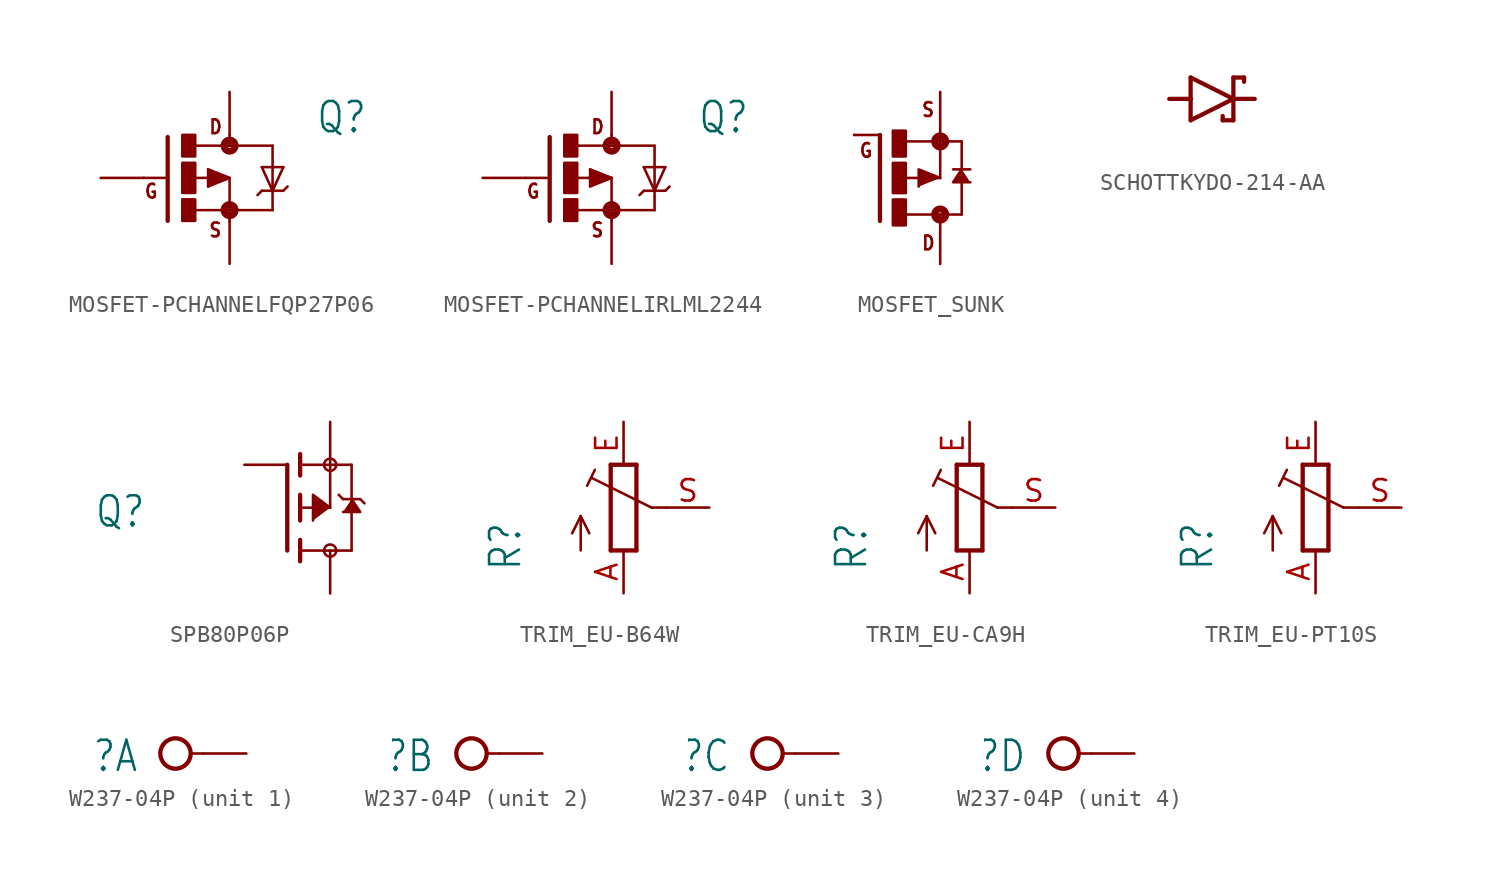
<source format=kicad_sym>
(kicad_symbol_lib
  (version 20231120)
  (generator "kicad_symbol_editor")
  (generator_version "8.0")
  (symbol "MOSFET-PCHANNELFQP27P06"
    (property "Reference" "Q"
      (at 5.08 2.54 0)
      (effects (font (size 1.778 1.511)) (justify left bottom)))
    (property "Value" ""
      (at 5.08 0 0)
      (effects (font (size 1.778 1.511)) (justify left bottom)))
    (property "ki_locked" ""
      (at 0 0 0)
      (effects (font (size 1.27 1.27))))
    (symbol "MOSFET-PCHANNELFQP27P06_1_0"
      (rectangle (start -2.794 -2.54) (end -2.032 -1.27) (stroke (width 0) (type default)) (fill (type outline)))
      (rectangle (start -2.794 -0.889) (end -2.032 0.889) (stroke (width 0) (type default)) (fill (type outline)))
      (rectangle (start -2.794 1.27) (end -2.032 2.54) (stroke (width 0) (type default)) (fill (type outline)))
      (circle (center 0 -1.905) (radius 0.127) (stroke (width 0.406) (type solid)) (fill (type none)))
      (polyline (pts (xy -3.81 0) (xy -5.08 0)) (stroke (width 0.152) (type solid)) (fill (type none)))
      (polyline (pts (xy -3.658 2.413) (xy -3.658 -2.54)) (stroke (width 0.254) (type solid)) (fill (type none)))
      (polyline (pts (xy -2.032 -1.905) (xy 0 -1.905)) (stroke (width 0.152) (type solid)) (fill (type none)))
      (polyline (pts (xy -1.27 -0.508) (xy 0 0)) (stroke (width 0.152) (type solid)) (fill (type none)))
      (polyline (pts (xy -1.27 0.508) (xy -1.27 -0.508)) (stroke (width 0.152) (type solid)) (fill (type none)))
      (polyline (pts (xy -1.143 -0.254) (xy -0.254 0)) (stroke (width 0.305) (type solid)) (fill (type none)))
      (polyline (pts (xy -1.143 0) (xy -2.032 0)) (stroke (width 0.152) (type solid)) (fill (type none)))
      (polyline (pts (xy -1.143 0) (xy -0.889 0)) (stroke (width 0.305) (type solid)) (fill (type none)))
      (polyline (pts (xy -1.143 0.254) (xy -1.143 0)) (stroke (width 0.305) (type solid)) (fill (type none)))
      (polyline (pts (xy -0.254 0) (xy -1.143 0.254)) (stroke (width 0.305) (type solid)) (fill (type none)))
      (polyline (pts (xy 0 -1.905) (xy 0 -2.54)) (stroke (width 0.152) (type solid)) (fill (type none)))
      (polyline (pts (xy 0 0) (xy -1.27 0.508)) (stroke (width 0.152) (type solid)) (fill (type none)))
      (polyline (pts (xy 0 0) (xy 0 -1.905)) (stroke (width 0.152) (type solid)) (fill (type none)))
      (polyline (pts (xy 0 1.905) (xy -2.007 1.905)) (stroke (width 0.152) (type solid)) (fill (type none)))
      (polyline (pts (xy 0 1.905) (xy 2.54 1.905)) (stroke (width 0.152) (type solid)) (fill (type none)))
      (polyline (pts (xy 0 2.54) (xy 0 1.905)) (stroke (width 0.152) (type solid)) (fill (type none)))
      (polyline (pts (xy 1.905 -0.762) (xy 1.651 -1.016)) (stroke (width 0.152) (type solid)) (fill (type none)))
      (polyline (pts (xy 1.905 0.635) (xy 2.54 -0.762)) (stroke (width 0.152) (type solid)) (fill (type none)))
      (polyline (pts (xy 2.54 -1.905) (xy 0 -1.905)) (stroke (width 0.152) (type solid)) (fill (type none)))
      (polyline (pts (xy 2.54 -1.905) (xy 2.54 -0.762)) (stroke (width 0.152) (type solid)) (fill (type none)))
      (polyline (pts (xy 2.54 -0.762) (xy 1.905 -0.762)) (stroke (width 0.152) (type solid)) (fill (type none)))
      (polyline (pts (xy 2.54 -0.762) (xy 2.54 1.905)) (stroke (width 0.152) (type solid)) (fill (type none)))
      (polyline (pts (xy 2.54 -0.762) (xy 3.175 0.635)) (stroke (width 0.152) (type solid)) (fill (type none)))
      (polyline (pts (xy 3.175 -0.762) (xy 2.54 -0.762)) (stroke (width 0.152) (type solid)) (fill (type none)))
      (polyline (pts (xy 3.175 -0.762) (xy 3.429 -0.508)) (stroke (width 0.152) (type solid)) (fill (type none)))
      (polyline (pts (xy 3.175 0.635) (xy 1.905 0.635)) (stroke (width 0.152) (type solid)) (fill (type none)))
      (circle (center 0 1.905) (radius 0.127) (stroke (width 0.406) (type solid)) (fill (type none)))
      (text "D" (at -1.27 2.54 0) (effects (font (size 0.813 0.691)) (justify left bottom)))
      (text "G" (at -5.08 -1.27 0) (effects (font (size 0.813 0.691)) (justify left bottom)))
      (text "S" (at -1.27 -3.556 0) (effects (font (size 0.813 0.691)) (justify left bottom)))
      (pin passive line (at -7.62 0 0) (length 2.54) (name "G" (effects (font (size 0 0)))) (number "1" (effects (font (size 0 0)))))
      (pin passive line (at 0 5.08 270) (length 2.54) (name "D" (effects (font (size 0 0)))) (number "2" (effects (font (size 0 0)))))
      (pin passive line (at 0 -5.08 90) (length 2.54) (name "S" (effects (font (size 0 0)))) (number "3" (effects (font (size 0 0)))))))
  (symbol "MOSFET-PCHANNELIRLML2244"
    (property "Reference" "Q"
      (at 5.08 2.54 0)
      (effects (font (size 1.778 1.511)) (justify left bottom)))
    (property "Value" ""
      (at 5.08 0 0)
      (effects (font (size 1.778 1.511)) (justify left bottom)))
    (property "ki_locked" ""
      (at 0 0 0)
      (effects (font (size 1.27 1.27))))
    (symbol "MOSFET-PCHANNELIRLML2244_1_0"
      (rectangle (start -2.794 -2.54) (end -2.032 -1.27) (stroke (width 0) (type default)) (fill (type outline)))
      (rectangle (start -2.794 -0.889) (end -2.032 0.889) (stroke (width 0) (type default)) (fill (type outline)))
      (rectangle (start -2.794 1.27) (end -2.032 2.54) (stroke (width 0) (type default)) (fill (type outline)))
      (circle (center 0 -1.905) (radius 0.127) (stroke (width 0.406) (type solid)) (fill (type none)))
      (polyline (pts (xy -3.81 0) (xy -5.08 0)) (stroke (width 0.152) (type solid)) (fill (type none)))
      (polyline (pts (xy -3.658 2.413) (xy -3.658 -2.54)) (stroke (width 0.254) (type solid)) (fill (type none)))
      (polyline (pts (xy -2.032 -1.905) (xy 0 -1.905)) (stroke (width 0.152) (type solid)) (fill (type none)))
      (polyline (pts (xy -1.27 -0.508) (xy 0 0)) (stroke (width 0.152) (type solid)) (fill (type none)))
      (polyline (pts (xy -1.27 0.508) (xy -1.27 -0.508)) (stroke (width 0.152) (type solid)) (fill (type none)))
      (polyline (pts (xy -1.143 -0.254) (xy -0.254 0)) (stroke (width 0.305) (type solid)) (fill (type none)))
      (polyline (pts (xy -1.143 0) (xy -2.032 0)) (stroke (width 0.152) (type solid)) (fill (type none)))
      (polyline (pts (xy -1.143 0) (xy -0.889 0)) (stroke (width 0.305) (type solid)) (fill (type none)))
      (polyline (pts (xy -1.143 0.254) (xy -1.143 0)) (stroke (width 0.305) (type solid)) (fill (type none)))
      (polyline (pts (xy -0.254 0) (xy -1.143 0.254)) (stroke (width 0.305) (type solid)) (fill (type none)))
      (polyline (pts (xy 0 -1.905) (xy 0 -2.54)) (stroke (width 0.152) (type solid)) (fill (type none)))
      (polyline (pts (xy 0 0) (xy -1.27 0.508)) (stroke (width 0.152) (type solid)) (fill (type none)))
      (polyline (pts (xy 0 0) (xy 0 -1.905)) (stroke (width 0.152) (type solid)) (fill (type none)))
      (polyline (pts (xy 0 1.905) (xy -2.007 1.905)) (stroke (width 0.152) (type solid)) (fill (type none)))
      (polyline (pts (xy 0 1.905) (xy 2.54 1.905)) (stroke (width 0.152) (type solid)) (fill (type none)))
      (polyline (pts (xy 0 2.54) (xy 0 1.905)) (stroke (width 0.152) (type solid)) (fill (type none)))
      (polyline (pts (xy 1.905 -0.762) (xy 1.651 -1.016)) (stroke (width 0.152) (type solid)) (fill (type none)))
      (polyline (pts (xy 1.905 0.635) (xy 2.54 -0.762)) (stroke (width 0.152) (type solid)) (fill (type none)))
      (polyline (pts (xy 2.54 -1.905) (xy 0 -1.905)) (stroke (width 0.152) (type solid)) (fill (type none)))
      (polyline (pts (xy 2.54 -1.905) (xy 2.54 -0.762)) (stroke (width 0.152) (type solid)) (fill (type none)))
      (polyline (pts (xy 2.54 -0.762) (xy 1.905 -0.762)) (stroke (width 0.152) (type solid)) (fill (type none)))
      (polyline (pts (xy 2.54 -0.762) (xy 2.54 1.905)) (stroke (width 0.152) (type solid)) (fill (type none)))
      (polyline (pts (xy 2.54 -0.762) (xy 3.175 0.635)) (stroke (width 0.152) (type solid)) (fill (type none)))
      (polyline (pts (xy 3.175 -0.762) (xy 2.54 -0.762)) (stroke (width 0.152) (type solid)) (fill (type none)))
      (polyline (pts (xy 3.175 -0.762) (xy 3.429 -0.508)) (stroke (width 0.152) (type solid)) (fill (type none)))
      (polyline (pts (xy 3.175 0.635) (xy 1.905 0.635)) (stroke (width 0.152) (type solid)) (fill (type none)))
      (circle (center 0 1.905) (radius 0.127) (stroke (width 0.406) (type solid)) (fill (type none)))
      (text "D" (at -1.27 2.54 0) (effects (font (size 0.813 0.691)) (justify left bottom)))
      (text "G" (at -5.08 -1.27 0) (effects (font (size 0.813 0.691)) (justify left bottom)))
      (text "S" (at -1.27 -3.556 0) (effects (font (size 0.813 0.691)) (justify left bottom)))
      (pin passive line (at -7.62 0 0) (length 2.54) (name "G" (effects (font (size 0 0)))) (number "1" (effects (font (size 0 0)))))
      (pin passive line (at 0 -5.08 90) (length 2.54) (name "S" (effects (font (size 0 0)))) (number "2" (effects (font (size 0 0)))))
      (pin passive line (at 0 5.08 270) (length 2.54) (name "D" (effects (font (size 0 0)))) (number "3" (effects (font (size 0 0)))))))
  (symbol "MOSFET_SUNK"
    (property "Reference" ""
      (at 6.35 2.54 0)
      (effects (font (size 1.778 1.511)) (justify left bottom) (hide yes)))
    (property "Value" ""
      (at 6.35 0 0)
      (effects (font (size 1.778 1.511)) (justify left bottom)))
    (property "ki_locked" ""
      (at 0 0 0)
      (effects (font (size 1.27 1.27))))
    (symbol "MOSFET_SUNK_1_0"
      (rectangle (start -0.254 -2.794) (end 0.508 -1.27) (stroke (width 0) (type default)) (fill (type outline)))
      (rectangle (start -0.254 -0.889) (end 0.508 0.889) (stroke (width 0) (type default)) (fill (type outline)))
      (rectangle (start -0.254 1.27) (end 0.508 2.794) (stroke (width 0) (type default)) (fill (type outline)))
      (polyline (pts (xy -1.016 -2.54) (xy -1.016 2.54)) (stroke (width 0.254) (type solid)) (fill (type none)))
      (polyline (pts (xy -1.016 2.54) (xy -2.54 2.54)) (stroke (width 0.152) (type solid)) (fill (type none)))
      (polyline (pts (xy 0.381 0) (xy 2.54 0)) (stroke (width 0.152) (type solid)) (fill (type none)))
      (polyline (pts (xy 0.508 -2.159) (xy 2.54 -2.159)) (stroke (width 0.152) (type solid)) (fill (type none)))
      (polyline (pts (xy 2.54 -2.159) (xy 2.54 -2.54)) (stroke (width 0.152) (type solid)) (fill (type none)))
      (polyline (pts (xy 2.54 0) (xy 2.54 2.159)) (stroke (width 0.152) (type solid)) (fill (type none)))
      (polyline (pts (xy 2.54 2.159) (xy 0.533 2.159)) (stroke (width 0.152) (type solid)) (fill (type none)))
      (polyline (pts (xy 2.54 2.54) (xy 2.54 2.159)) (stroke (width 0.152) (type solid)) (fill (type none)))
      (polyline (pts (xy 3.302 0.508) (xy 3.81 0.508)) (stroke (width 0.152) (type solid)) (fill (type none)))
      (polyline (pts (xy 3.81 -2.159) (xy 2.54 -2.159)) (stroke (width 0.152) (type solid)) (fill (type none)))
      (polyline (pts (xy 3.81 -2.159) (xy 3.81 -0.127)) (stroke (width 0.152) (type solid)) (fill (type none)))
      (polyline (pts (xy 3.81 0.508) (xy 3.81 2.159)) (stroke (width 0.152) (type solid)) (fill (type none)))
      (polyline (pts (xy 3.81 0.508) (xy 4.318 0.508)) (stroke (width 0.152) (type solid)) (fill (type none)))
      (polyline (pts (xy 3.81 2.159) (xy 2.54 2.159)) (stroke (width 0.152) (type solid)) (fill (type none)))
      (polyline (pts (xy 2.54 0) (xy 1.27 0.508) (xy 1.27 -0.508)) (stroke (width 0.152) (type solid)) (fill (type outline)))
      (polyline (pts (xy 3.81 0.508) (xy 3.302 -0.254) (xy 4.318 -0.254)) (stroke (width 0.152) (type solid)) (fill (type outline)))
      (circle (center 2.54 -2.159) (radius 0.127) (stroke (width 0.406) (type solid)) (fill (type none)))
      (circle (center 2.54 2.159) (radius 0.127) (stroke (width 0.406) (type solid)) (fill (type none)))
      (text "D" (at 1.397 -4.318 0) (effects (font (size 0.813 0.691)) (justify left bottom)))
      (text "G" (at -2.286 1.143 0) (effects (font (size 0.813 0.691)) (justify left bottom)))
      (text "S" (at 1.397 3.556 0) (effects (font (size 0.813 0.691)) (justify left bottom)))
      (pin passive line (at -2.54 2.54 0) (length 0) (name "G" (effects (font (size 0 0)))) (number "P$1" (effects (font (size 0 0)))))
      (pin passive line (at 2.54 -5.08 90) (length 2.54) (name "D" (effects (font (size 0 0)))) (number "P$2" (effects (font (size 0 0)))))
      (pin passive line (at 2.54 5.08 270) (length 2.54) (name "S" (effects (font (size 0 0)))) (number "P$3" (effects (font (size 0 0)))))))
  (symbol "SCHOTTKYDO-214-AA"
    (property "Reference" ""
      (at -2.286 1.905 0)
      (effects (font (size 1.778 1.511)) (justify left bottom) (hide yes)))
    (property "Value" ""
      (at -2.286 -3.429 0)
      (effects (font (size 1.778 1.511)) (justify left bottom)))
    (property "ki_locked" ""
      (at 0 0 0)
      (effects (font (size 1.27 1.27))))
    (symbol "SCHOTTKYDO-214-AA_1_0"
      (polyline (pts (xy -1.27 -1.27) (xy 1.27 0)) (stroke (width 0.254) (type solid)) (fill (type none)))
      (polyline (pts (xy -1.27 0) (xy -2.54 0)) (stroke (width 0.254) (type solid)) (fill (type none)))
      (polyline (pts (xy -1.27 0) (xy -1.27 -1.27)) (stroke (width 0.254) (type solid)) (fill (type none)))
      (polyline (pts (xy -1.27 1.27) (xy -1.27 0)) (stroke (width 0.254) (type solid)) (fill (type none)))
      (polyline (pts (xy 0.635 -1.016) (xy 0.635 -1.27)) (stroke (width 0.254) (type solid)) (fill (type none)))
      (polyline (pts (xy 1.27 -1.27) (xy 0.635 -1.27)) (stroke (width 0.254) (type solid)) (fill (type none)))
      (polyline (pts (xy 1.27 0) (xy -1.27 1.27)) (stroke (width 0.254) (type solid)) (fill (type none)))
      (polyline (pts (xy 1.27 0) (xy 1.27 -1.27)) (stroke (width 0.254) (type solid)) (fill (type none)))
      (polyline (pts (xy 1.27 0) (xy 2.54 0)) (stroke (width 0.254) (type solid)) (fill (type none)))
      (polyline (pts (xy 1.27 1.27) (xy 1.27 0)) (stroke (width 0.254) (type solid)) (fill (type none)))
      (polyline (pts (xy 1.905 1.27) (xy 1.27 1.27)) (stroke (width 0.254) (type solid)) (fill (type none)))
      (polyline (pts (xy 1.905 1.27) (xy 1.905 1.016)) (stroke (width 0.254) (type solid)) (fill (type none)))
      (pin passive line (at -2.54 0 0) (length 0) (name "A" (effects (font (size 0 0)))) (number "A" (effects (font (size 0 0)))))
      (pin passive line (at 2.54 0 180) (length 0) (name "C" (effects (font (size 0 0)))) (number "C" (effects (font (size 0 0)))))))
  (symbol "SPB80P06P"
    (property "Reference" "Q"
      (at -11.43 -1.27 0)
      (effects (font (size 1.778 1.511)) (justify left bottom)))
    (property "Value" ""
      (at -11.43 -3.81 0)
      (effects (font (size 1.778 1.511)) (justify left bottom)))
    (property "ki_locked" ""
      (at 0 0 0)
      (effects (font (size 1.27 1.27))))
    (symbol "SPB80P06P_1_0"
      (polyline (pts (xy 0 -2.54) (xy 0 2.54)) (stroke (width 0.254) (type solid)) (fill (type none)))
      (polyline (pts (xy 0.762 -3.175) (xy 0.762 -2.54)) (stroke (width 0.254) (type solid)) (fill (type none)))
      (polyline (pts (xy 0.762 -2.54) (xy 0.762 -1.905)) (stroke (width 0.254) (type solid)) (fill (type none)))
      (polyline (pts (xy 0.762 -2.54) (xy 3.81 -2.54)) (stroke (width 0.152) (type solid)) (fill (type none)))
      (polyline (pts (xy 0.762 -0.762) (xy 0.762 0)) (stroke (width 0.254) (type solid)) (fill (type none)))
      (polyline (pts (xy 0.762 0) (xy 0.762 0.762)) (stroke (width 0.254) (type solid)) (fill (type none)))
      (polyline (pts (xy 0.762 0) (xy 2.54 0)) (stroke (width 0.152) (type solid)) (fill (type none)))
      (polyline (pts (xy 0.762 1.905) (xy 0.762 2.54)) (stroke (width 0.254) (type solid)) (fill (type none)))
      (polyline (pts (xy 0.762 2.54) (xy 0.762 3.175)) (stroke (width 0.254) (type solid)) (fill (type none)))
      (polyline (pts (xy 2.54 0) (xy 2.54 2.54)) (stroke (width 0.152) (type solid)) (fill (type none)))
      (polyline (pts (xy 2.54 2.54) (xy 0.762 2.54)) (stroke (width 0.152) (type solid)) (fill (type none)))
      (polyline (pts (xy 2.54 2.54) (xy 3.81 2.54)) (stroke (width 0.152) (type solid)) (fill (type none)))
      (polyline (pts (xy 3.048 0.762) (xy 3.302 0.508)) (stroke (width 0.152) (type solid)) (fill (type none)))
      (polyline (pts (xy 3.302 0.508) (xy 3.81 0.508)) (stroke (width 0.152) (type solid)) (fill (type none)))
      (polyline (pts (xy 3.81 -2.54) (xy 3.81 0.508)) (stroke (width 0.152) (type solid)) (fill (type none)))
      (polyline (pts (xy 3.81 0.508) (xy 3.81 2.54)) (stroke (width 0.152) (type solid)) (fill (type none)))
      (polyline (pts (xy 3.81 0.508) (xy 4.318 0.508)) (stroke (width 0.152) (type solid)) (fill (type none)))
      (polyline (pts (xy 4.318 0.508) (xy 4.572 0.254)) (stroke (width 0.152) (type solid)) (fill (type none)))
      (polyline (pts (xy 2.54 0) (xy 1.524 0.762) (xy 1.524 -0.762)) (stroke (width 0.152) (type solid)) (fill (type outline)))
      (polyline (pts (xy 3.81 0.508) (xy 4.318 -0.254) (xy 3.302 -0.254)) (stroke (width 0.152) (type solid)) (fill (type outline)))
      (circle (center 2.54 -2.54) (radius 0.359) (stroke (width 0) (type solid)) (fill (type none)))
      (circle (center 2.54 2.54) (radius 0.359) (stroke (width 0) (type solid)) (fill (type none)))
      (pin passive line (at -2.54 2.54 0) (length 2.54) (name "G" (effects (font (size 0 0)))) (number "1" (effects (font (size 0 0)))))
      (pin passive line (at 2.54 5.08 270) (length 2.54) (name "S" (effects (font (size 0 0)))) (number "2" (effects (font (size 0 0)))))
      (pin passive line (at 2.54 -5.08 90) (length 2.54) (name "D" (effects (font (size 0 0)))) (number "3" (effects (font (size 0 0)))))))
  (symbol "TRIM_EU-B64W"
    (property "Reference" "R"
      (at -5.969 -3.81 90)
      (effects (font (size 1.778 1.511)) (justify left bottom)))
    (property "Value" ""
      (at -3.81 -3.81 90)
      (effects (font (size 1.778 1.511)) (justify left bottom)))
    (property "ki_locked" ""
      (at 0 0 0)
      (effects (font (size 1.27 1.27))))
    (symbol "TRIM_EU-B64W_1_0"
      (polyline (pts (xy -2.54 -2.54) (xy -2.54 -0.508)) (stroke (width 0.152) (type solid)) (fill (type none)))
      (polyline (pts (xy -2.54 -0.508) (xy -3.048 -1.524)) (stroke (width 0.152) (type solid)) (fill (type none)))
      (polyline (pts (xy -2.54 -0.508) (xy -2.032 -1.524)) (stroke (width 0.152) (type solid)) (fill (type none)))
      (polyline (pts (xy -2.16 1.294) (xy -1.702 2.235)) (stroke (width 0.152) (type solid)) (fill (type none)))
      (polyline (pts (xy -0.762 -2.54) (xy 0.762 -2.54)) (stroke (width 0.254) (type solid)) (fill (type none)))
      (polyline (pts (xy -0.762 2.54) (xy -0.762 -2.54)) (stroke (width 0.254) (type solid)) (fill (type none)))
      (polyline (pts (xy 0.762 -2.54) (xy 0.762 2.54)) (stroke (width 0.254) (type solid)) (fill (type none)))
      (polyline (pts (xy 0.762 2.54) (xy -0.762 2.54)) (stroke (width 0.254) (type solid)) (fill (type none)))
      (polyline (pts (xy 1.651 0) (xy -1.88 1.753)) (stroke (width 0.152) (type solid)) (fill (type none)))
      (polyline (pts (xy 2.54 0) (xy 1.651 0)) (stroke (width 0.152) (type solid)) (fill (type none)))
      (pin passive line (at 0 -5.08 90) (length 2.54) (name "A" (effects (font (size 0 0)))) (number "A" (effects (font (size 1.27 1.27)))))
      (pin passive line (at 0 5.08 270) (length 2.54) (name "E" (effects (font (size 0 0)))) (number "E" (effects (font (size 1.27 1.27)))))
      (pin passive line (at 5.08 0 180) (length 2.54) (name "S" (effects (font (size 0 0)))) (number "S" (effects (font (size 1.27 1.27)))))))
  (symbol "TRIM_EU-CA9H"
    (property "Reference" "R"
      (at -5.969 -3.81 90)
      (effects (font (size 1.778 1.511)) (justify left bottom)))
    (property "Value" ""
      (at -3.81 -3.81 90)
      (effects (font (size 1.778 1.511)) (justify left bottom)))
    (property "ki_locked" ""
      (at 0 0 0)
      (effects (font (size 1.27 1.27))))
    (symbol "TRIM_EU-CA9H_1_0"
      (polyline (pts (xy -2.54 -2.54) (xy -2.54 -0.508)) (stroke (width 0.152) (type solid)) (fill (type none)))
      (polyline (pts (xy -2.54 -0.508) (xy -3.048 -1.524)) (stroke (width 0.152) (type solid)) (fill (type none)))
      (polyline (pts (xy -2.54 -0.508) (xy -2.032 -1.524)) (stroke (width 0.152) (type solid)) (fill (type none)))
      (polyline (pts (xy -2.16 1.294) (xy -1.702 2.235)) (stroke (width 0.152) (type solid)) (fill (type none)))
      (polyline (pts (xy -0.762 -2.54) (xy 0.762 -2.54)) (stroke (width 0.254) (type solid)) (fill (type none)))
      (polyline (pts (xy -0.762 2.54) (xy -0.762 -2.54)) (stroke (width 0.254) (type solid)) (fill (type none)))
      (polyline (pts (xy 0.762 -2.54) (xy 0.762 2.54)) (stroke (width 0.254) (type solid)) (fill (type none)))
      (polyline (pts (xy 0.762 2.54) (xy -0.762 2.54)) (stroke (width 0.254) (type solid)) (fill (type none)))
      (polyline (pts (xy 1.651 0) (xy -1.88 1.753)) (stroke (width 0.152) (type solid)) (fill (type none)))
      (polyline (pts (xy 2.54 0) (xy 1.651 0)) (stroke (width 0.152) (type solid)) (fill (type none)))
      (pin passive line (at 0 -5.08 90) (length 2.54) (name "A" (effects (font (size 0 0)))) (number "A" (effects (font (size 1.27 1.27)))))
      (pin passive line (at 0 5.08 270) (length 2.54) (name "E" (effects (font (size 0 0)))) (number "E" (effects (font (size 1.27 1.27)))))
      (pin passive line (at 5.08 0 180) (length 2.54) (name "S" (effects (font (size 0 0)))) (number "S" (effects (font (size 1.27 1.27)))))))
  (symbol "TRIM_EU-PT10S"
    (property "Reference" "R"
      (at -5.969 -3.81 90)
      (effects (font (size 1.778 1.511)) (justify left bottom)))
    (property "Value" ""
      (at -3.81 -3.81 90)
      (effects (font (size 1.778 1.511)) (justify left bottom)))
    (property "ki_locked" ""
      (at 0 0 0)
      (effects (font (size 1.27 1.27))))
    (symbol "TRIM_EU-PT10S_1_0"
      (polyline (pts (xy -2.54 -2.54) (xy -2.54 -0.508)) (stroke (width 0.152) (type solid)) (fill (type none)))
      (polyline (pts (xy -2.54 -0.508) (xy -3.048 -1.524)) (stroke (width 0.152) (type solid)) (fill (type none)))
      (polyline (pts (xy -2.54 -0.508) (xy -2.032 -1.524)) (stroke (width 0.152) (type solid)) (fill (type none)))
      (polyline (pts (xy -2.16 1.294) (xy -1.702 2.235)) (stroke (width 0.152) (type solid)) (fill (type none)))
      (polyline (pts (xy -0.762 -2.54) (xy 0.762 -2.54)) (stroke (width 0.254) (type solid)) (fill (type none)))
      (polyline (pts (xy -0.762 2.54) (xy -0.762 -2.54)) (stroke (width 0.254) (type solid)) (fill (type none)))
      (polyline (pts (xy 0.762 -2.54) (xy 0.762 2.54)) (stroke (width 0.254) (type solid)) (fill (type none)))
      (polyline (pts (xy 0.762 2.54) (xy -0.762 2.54)) (stroke (width 0.254) (type solid)) (fill (type none)))
      (polyline (pts (xy 1.651 0) (xy -1.88 1.753)) (stroke (width 0.152) (type solid)) (fill (type none)))
      (polyline (pts (xy 2.54 0) (xy 1.651 0)) (stroke (width 0.152) (type solid)) (fill (type none)))
      (pin passive line (at 0 -5.08 90) (length 2.54) (name "A" (effects (font (size 0 0)))) (number "A" (effects (font (size 1.27 1.27)))))
      (pin passive line (at 0 5.08 270) (length 2.54) (name "E" (effects (font (size 0 0)))) (number "E" (effects (font (size 1.27 1.27)))))
      (pin passive line (at 5.08 0 180) (length 2.54) (name "S" (effects (font (size 0 0)))) (number "S" (effects (font (size 1.27 1.27)))))))
  (symbol "W237-04P"
    (property "Reference" "X"
      (at -1.27 0.889 0)
      (effects (font (size 1.778 1.511)) (justify right top)))
    (property "ki_locked" ""
      (at 0 0 0)
      (effects (font (size 1.27 1.27))))
    (symbol "W237-04P_1_0"
      (polyline (pts (xy 1.778 0) (xy 2.54 0)) (stroke (width 0.152) (type solid)) (fill (type none)))
      (circle (center 0.889 0) (radius 0.898) (stroke (width 0.254) (type solid)) (fill (type none)))
      (pin passive line (at 5.08 0 180) (length 2.54) (name "KL" (effects (font (size 0 0)))) (number "1" (effects (font (size 0 0))))))
    (symbol "W237-04P_2_0"
      (polyline (pts (xy 1.778 0) (xy 2.54 0)) (stroke (width 0.152) (type solid)) (fill (type none)))
      (circle (center 0.889 0) (radius 0.898) (stroke (width 0.254) (type solid)) (fill (type none)))
      (pin passive line (at 5.08 0 180) (length 2.54) (name "KL" (effects (font (size 0 0)))) (number "2" (effects (font (size 0 0))))))
    (symbol "W237-04P_3_0"
      (polyline (pts (xy 1.778 0) (xy 2.54 0)) (stroke (width 0.152) (type solid)) (fill (type none)))
      (circle (center 0.889 0) (radius 0.898) (stroke (width 0.254) (type solid)) (fill (type none)))
      (pin passive line (at 5.08 0 180) (length 2.54) (name "KL" (effects (font (size 0 0)))) (number "3" (effects (font (size 0 0))))))
    (symbol "W237-04P_4_0"
      (polyline (pts (xy 1.778 0) (xy 2.54 0)) (stroke (width 0.152) (type solid)) (fill (type none)))
      (circle (center 0.889 0) (radius 0.898) (stroke (width 0.254) (type solid)) (fill (type none)))
      (pin passive line (at 5.08 0 180) (length 2.54) (name "KL" (effects (font (size 0 0)))) (number "4" (effects (font (size 0 0))))))))
</source>
